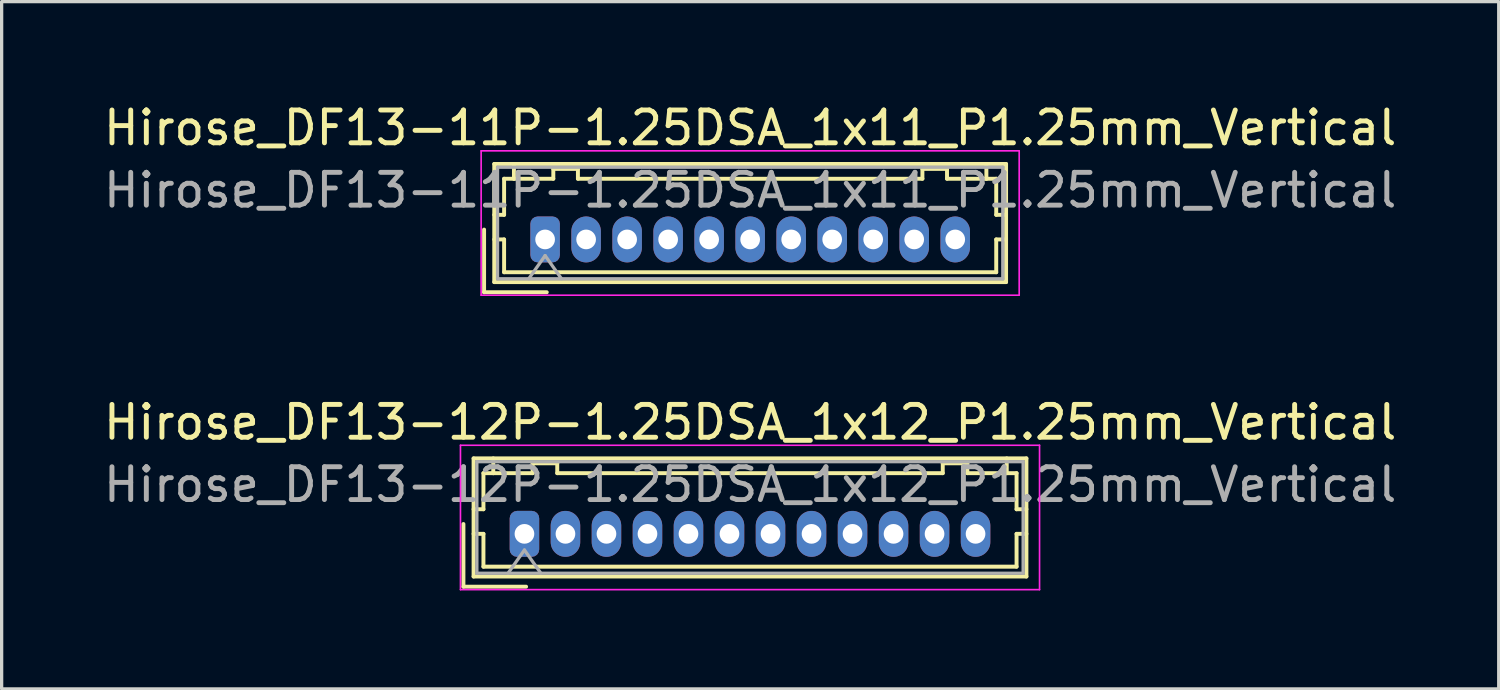
<source format=kicad_pcb>
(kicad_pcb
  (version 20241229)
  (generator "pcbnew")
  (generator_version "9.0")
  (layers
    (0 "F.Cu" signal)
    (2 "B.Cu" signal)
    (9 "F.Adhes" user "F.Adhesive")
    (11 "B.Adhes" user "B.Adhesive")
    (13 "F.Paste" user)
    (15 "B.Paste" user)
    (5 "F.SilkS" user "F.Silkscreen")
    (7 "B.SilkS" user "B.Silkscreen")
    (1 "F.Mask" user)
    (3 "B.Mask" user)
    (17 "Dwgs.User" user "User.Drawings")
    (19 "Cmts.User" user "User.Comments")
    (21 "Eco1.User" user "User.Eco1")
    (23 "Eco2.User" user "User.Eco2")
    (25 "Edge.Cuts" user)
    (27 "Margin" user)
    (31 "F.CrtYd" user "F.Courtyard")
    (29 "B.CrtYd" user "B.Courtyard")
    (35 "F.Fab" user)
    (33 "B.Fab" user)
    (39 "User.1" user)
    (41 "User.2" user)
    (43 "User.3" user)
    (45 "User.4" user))
  (footprint "Hirose_DF13-11P-1.25DSA_1x11_P1.25mm_Vertical"
    (layer "F.Cu")
    (at 13.565 4.248)
    (property "Reference" "Hirose_DF13-11P-1.25DSA_1x11_P1.25mm_Vertical" (at 6.25 -3.4 0) (layer "F.SilkS") (effects (font (size 1 1) (thickness 0.15))))
    (attr through_hole)
    (fp_line (start -1.86 -0.3) (end -1.86 1.61) (stroke (width 0.12) (type solid)) (layer "F.SilkS"))
    (fp_line (start -1.86 1.61) (end 0.05 1.61) (stroke (width 0.12) (type solid)) (layer "F.SilkS"))
    (fp_line (start -1.55 -2.3) (end -1.55 1.3) (stroke (width 0.12) (type solid)) (layer "F.SilkS"))
    (fp_line (start -1.55 -0.75) (end -1.25 -0.75) (stroke (width 0.12) (type solid)) (layer "F.SilkS"))
    (fp_line (start -1.55 0) (end -1.25 0) (stroke (width 0.12) (type solid)) (layer "F.SilkS"))
    (fp_line (start -1.55 1.3) (end 14.05 1.3) (stroke (width 0.12) (type solid)) (layer "F.SilkS"))
    (fp_line (start -1.25 -1.85) (end -0.95 -1.85) (stroke (width 0.12) (type solid)) (layer "F.SilkS"))
    (fp_line (start -1.25 -0.75) (end -1.25 -1.85) (stroke (width 0.12) (type solid)) (layer "F.SilkS"))
    (fp_line (start -1.25 0) (end -1.25 1) (stroke (width 0.12) (type solid)) (layer "F.SilkS"))
    (fp_line (start -1.25 1) (end 13.75 1) (stroke (width 0.12) (type solid)) (layer "F.SilkS"))
    (fp_line (start -0.95 -1.85) (end -0.95 -2.3) (stroke (width 0.12) (type solid)) (layer "F.SilkS"))
    (fp_line (start -0.95 -1.85) (end 0.25 -1.85) (stroke (width 0.12) (type solid)) (layer "F.SilkS"))
    (fp_line (start 0.25 -2.15) (end 1 -2.15) (stroke (width 0.12) (type solid)) (layer "F.SilkS"))
    (fp_line (start 0.25 -1.85) (end 0.25 -2.15) (stroke (width 0.12) (type solid)) (layer "F.SilkS"))
    (fp_line (start 1 -2.15) (end 1 -1.85) (stroke (width 0.12) (type solid)) (layer "F.SilkS"))
    (fp_line (start 1 -1.85) (end 11.5 -1.85) (stroke (width 0.12) (type solid)) (layer "F.SilkS"))
    (fp_line (start 11.5 -2.15) (end 12.25 -2.15) (stroke (width 0.12) (type solid)) (layer "F.SilkS"))
    (fp_line (start 11.5 -1.85) (end 11.5 -2.15) (stroke (width 0.12) (type solid)) (layer "F.SilkS"))
    (fp_line (start 12.25 -2.15) (end 12.25 -1.85) (stroke (width 0.12) (type solid)) (layer "F.SilkS"))
    (fp_line (start 12.25 -1.85) (end 13.45 -1.85) (stroke (width 0.12) (type solid)) (layer "F.SilkS"))
    (fp_line (start 13.45 -1.85) (end 13.45 -2.3) (stroke (width 0.12) (type solid)) (layer "F.SilkS"))
    (fp_line (start 13.75 -1.85) (end 13.45 -1.85) (stroke (width 0.12) (type solid)) (layer "F.SilkS"))
    (fp_line (start 13.75 -0.75) (end 13.75 -1.85) (stroke (width 0.12) (type solid)) (layer "F.SilkS"))
    (fp_line (start 13.75 0) (end 14.05 0) (stroke (width 0.12) (type solid)) (layer "F.SilkS"))
    (fp_line (start 13.75 1) (end 13.75 0) (stroke (width 0.12) (type solid)) (layer "F.SilkS"))
    (fp_line (start 14.05 -2.3) (end -1.55 -2.3) (stroke (width 0.12) (type solid)) (layer "F.SilkS"))
    (fp_line (start 14.05 -0.75) (end 13.75 -0.75) (stroke (width 0.12) (type solid)) (layer "F.SilkS"))
    (fp_line (start 14.05 1.3) (end 14.05 -2.3) (stroke (width 0.12) (type solid)) (layer "F.SilkS"))
    (fp_line (start -1.95 -2.7) (end -1.95 1.7) (stroke (width 0.05) (type solid)) (layer "F.CrtYd"))
    (fp_line (start -1.95 1.7) (end 14.45 1.7) (stroke (width 0.05) (type solid)) (layer "F.CrtYd"))
    (fp_line (start 14.45 -2.7) (end -1.95 -2.7) (stroke (width 0.05) (type solid)) (layer "F.CrtYd"))
    (fp_line (start 14.45 1.7) (end 14.45 -2.7) (stroke (width 0.05) (type solid)) (layer "F.CrtYd"))
    (fp_line (start -1.45 -2.2) (end -1.45 1.2) (stroke (width 0.1) (type solid)) (layer "F.Fab"))
    (fp_line (start -1.45 1.2) (end 13.95 1.2) (stroke (width 0.1) (type solid)) (layer "F.Fab"))
    (fp_line (start -0.5 1.2) (end 0 0.493) (stroke (width 0.1) (type solid)) (layer "F.Fab"))
    (fp_line (start 0 0.493) (end 0.5 1.2) (stroke (width 0.1) (type solid)) (layer "F.Fab"))
    (fp_line (start 13.95 -2.2) (end -1.45 -2.2) (stroke (width 0.1) (type solid)) (layer "F.Fab"))
    (fp_line (start 13.95 1.2) (end 13.95 -2.2) (stroke (width 0.1) (type solid)) (layer "F.Fab"))
    (fp_text user "${REFERENCE}" (at 6.25 -1.5 0) (layer "F.Fab") (effects (font (size 1 1) (thickness 0.15))))
    (pad "1" thru_hole roundrect (at 0 0) (size 0.9 1.4) (drill 0.6) (layers "*.Cu" "*.Mask") (roundrect_rratio 0.25))
    (pad "2" thru_hole oval (at 1.25 0) (size 0.9 1.4) (drill 0.6) (layers "*.Cu" "*.Mask"))
    (pad "3" thru_hole oval (at 2.5 0) (size 0.9 1.4) (drill 0.6) (layers "*.Cu" "*.Mask"))
    (pad "4" thru_hole oval (at 3.75 0) (size 0.9 1.4) (drill 0.6) (layers "*.Cu" "*.Mask"))
    (pad "5" thru_hole oval (at 5 0) (size 0.9 1.4) (drill 0.6) (layers "*.Cu" "*.Mask"))
    (pad "6" thru_hole oval (at 6.25 0) (size 0.9 1.4) (drill 0.6) (layers "*.Cu" "*.Mask"))
    (pad "7" thru_hole oval (at 7.5 0) (size 0.9 1.4) (drill 0.6) (layers "*.Cu" "*.Mask"))
    (pad "8" thru_hole oval (at 8.75 0) (size 0.9 1.4) (drill 0.6) (layers "*.Cu" "*.Mask"))
    (pad "9" thru_hole oval (at 10 0) (size 0.9 1.4) (drill 0.6) (layers "*.Cu" "*.Mask"))
    (pad "10" thru_hole oval (at 11.25 0) (size 0.9 1.4) (drill 0.6) (layers "*.Cu" "*.Mask"))
    (pad "11" thru_hole oval (at 12.5 0) (size 0.9 1.4) (drill 0.6) (layers "*.Cu" "*.Mask")))
  (footprint "Hirose_DF13-12P-1.25DSA_1x12_P1.25mm_Vertical"
    (layer "F.Cu")
    (at 12.935 13.222)
    (property "Reference" "Hirose_DF13-12P-1.25DSA_1x12_P1.25mm_Vertical" (at 6.88 -3.4 0) (layer "F.SilkS") (effects (font (size 1 1) (thickness 0.15))))
    (attr through_hole)
    (fp_line (start -1.86 -0.3) (end -1.86 1.61) (stroke (width 0.12) (type solid)) (layer "F.SilkS"))
    (fp_line (start -1.86 1.61) (end 0.05 1.61) (stroke (width 0.12) (type solid)) (layer "F.SilkS"))
    (fp_line (start -1.55 -2.3) (end -1.55 1.3) (stroke (width 0.12) (type solid)) (layer "F.SilkS"))
    (fp_line (start -1.55 -0.75) (end -1.25 -0.75) (stroke (width 0.12) (type solid)) (layer "F.SilkS"))
    (fp_line (start -1.55 0) (end -1.25 0) (stroke (width 0.12) (type solid)) (layer "F.SilkS"))
    (fp_line (start -1.55 1.3) (end 15.3 1.3) (stroke (width 0.12) (type solid)) (layer "F.SilkS"))
    (fp_line (start -1.25 -1.85) (end -0.95 -1.85) (stroke (width 0.12) (type solid)) (layer "F.SilkS"))
    (fp_line (start -1.25 -0.75) (end -1.25 -1.85) (stroke (width 0.12) (type solid)) (layer "F.SilkS"))
    (fp_line (start -1.25 0) (end -1.25 1) (stroke (width 0.12) (type solid)) (layer "F.SilkS"))
    (fp_line (start -1.25 1) (end 15 1) (stroke (width 0.12) (type solid)) (layer "F.SilkS"))
    (fp_line (start -0.95 -1.85) (end -0.95 -2.3) (stroke (width 0.12) (type solid)) (layer "F.SilkS"))
    (fp_line (start -0.95 -1.85) (end 0.25 -1.85) (stroke (width 0.12) (type solid)) (layer "F.SilkS"))
    (fp_line (start 0.25 -2.15) (end 1 -2.15) (stroke (width 0.12) (type solid)) (layer "F.SilkS"))
    (fp_line (start 0.25 -1.85) (end 0.25 -2.15) (stroke (width 0.12) (type solid)) (layer "F.SilkS"))
    (fp_line (start 1 -2.15) (end 1 -1.85) (stroke (width 0.12) (type solid)) (layer "F.SilkS"))
    (fp_line (start 1 -1.85) (end 12.75 -1.85) (stroke (width 0.12) (type solid)) (layer "F.SilkS"))
    (fp_line (start 12.75 -2.15) (end 13.5 -2.15) (stroke (width 0.12) (type solid)) (layer "F.SilkS"))
    (fp_line (start 12.75 -1.85) (end 12.75 -2.15) (stroke (width 0.12) (type solid)) (layer "F.SilkS"))
    (fp_line (start 13.5 -2.15) (end 13.5 -1.85) (stroke (width 0.12) (type solid)) (layer "F.SilkS"))
    (fp_line (start 13.5 -1.85) (end 14.7 -1.85) (stroke (width 0.12) (type solid)) (layer "F.SilkS"))
    (fp_line (start 14.7 -1.85) (end 14.7 -2.3) (stroke (width 0.12) (type solid)) (layer "F.SilkS"))
    (fp_line (start 15 -1.85) (end 14.7 -1.85) (stroke (width 0.12) (type solid)) (layer "F.SilkS"))
    (fp_line (start 15 -0.75) (end 15 -1.85) (stroke (width 0.12) (type solid)) (layer "F.SilkS"))
    (fp_line (start 15 0) (end 15.3 0) (stroke (width 0.12) (type solid)) (layer "F.SilkS"))
    (fp_line (start 15 1) (end 15 0) (stroke (width 0.12) (type solid)) (layer "F.SilkS"))
    (fp_line (start 15.3 -2.3) (end -1.55 -2.3) (stroke (width 0.12) (type solid)) (layer "F.SilkS"))
    (fp_line (start 15.3 -0.75) (end 15 -0.75) (stroke (width 0.12) (type solid)) (layer "F.SilkS"))
    (fp_line (start 15.3 1.3) (end 15.3 -2.3) (stroke (width 0.12) (type solid)) (layer "F.SilkS"))
    (fp_line (start -1.95 -2.7) (end -1.95 1.7) (stroke (width 0.05) (type solid)) (layer "F.CrtYd"))
    (fp_line (start -1.95 1.7) (end 15.7 1.7) (stroke (width 0.05) (type solid)) (layer "F.CrtYd"))
    (fp_line (start 15.7 -2.7) (end -1.95 -2.7) (stroke (width 0.05) (type solid)) (layer "F.CrtYd"))
    (fp_line (start 15.7 1.7) (end 15.7 -2.7) (stroke (width 0.05) (type solid)) (layer "F.CrtYd"))
    (fp_line (start -1.45 -2.2) (end -1.45 1.2) (stroke (width 0.1) (type solid)) (layer "F.Fab"))
    (fp_line (start -1.45 1.2) (end 15.2 1.2) (stroke (width 0.1) (type solid)) (layer "F.Fab"))
    (fp_line (start -0.5 1.2) (end 0 0.493) (stroke (width 0.1) (type solid)) (layer "F.Fab"))
    (fp_line (start 0 0.493) (end 0.5 1.2) (stroke (width 0.1) (type solid)) (layer "F.Fab"))
    (fp_line (start 15.2 -2.2) (end -1.45 -2.2) (stroke (width 0.1) (type solid)) (layer "F.Fab"))
    (fp_line (start 15.2 1.2) (end 15.2 -2.2) (stroke (width 0.1) (type solid)) (layer "F.Fab"))
    (fp_text user "${REFERENCE}" (at 6.88 -1.5 0) (layer "F.Fab") (effects (font (size 1 1) (thickness 0.15))))
    (pad "1" thru_hole roundrect (at 0 0) (size 0.9 1.4) (drill 0.6) (layers "*.Cu" "*.Mask") (roundrect_rratio 0.25))
    (pad "2" thru_hole oval (at 1.25 0) (size 0.9 1.4) (drill 0.6) (layers "*.Cu" "*.Mask"))
    (pad "3" thru_hole oval (at 2.5 0) (size 0.9 1.4) (drill 0.6) (layers "*.Cu" "*.Mask"))
    (pad "4" thru_hole oval (at 3.75 0) (size 0.9 1.4) (drill 0.6) (layers "*.Cu" "*.Mask"))
    (pad "5" thru_hole oval (at 5 0) (size 0.9 1.4) (drill 0.6) (layers "*.Cu" "*.Mask"))
    (pad "6" thru_hole oval (at 6.25 0) (size 0.9 1.4) (drill 0.6) (layers "*.Cu" "*.Mask"))
    (pad "7" thru_hole oval (at 7.5 0) (size 0.9 1.4) (drill 0.6) (layers "*.Cu" "*.Mask"))
    (pad "8" thru_hole oval (at 8.75 0) (size 0.9 1.4) (drill 0.6) (layers "*.Cu" "*.Mask"))
    (pad "9" thru_hole oval (at 10 0) (size 0.9 1.4) (drill 0.6) (layers "*.Cu" "*.Mask"))
    (pad "10" thru_hole oval (at 11.25 0) (size 0.9 1.4) (drill 0.6) (layers "*.Cu" "*.Mask"))
    (pad "11" thru_hole oval (at 12.5 0) (size 0.9 1.4) (drill 0.6) (layers "*.Cu" "*.Mask"))
    (pad "12" thru_hole oval (at 13.75 0) (size 0.9 1.4) (drill 0.6) (layers "*.Cu" "*.Mask")))
  (gr_rect
    (start -3 -3)
    (end 42.631 17.947)
    (stroke (width 0.1) (type default))
    (fill no)
    (layer "Edge.Cuts")))
</source>
